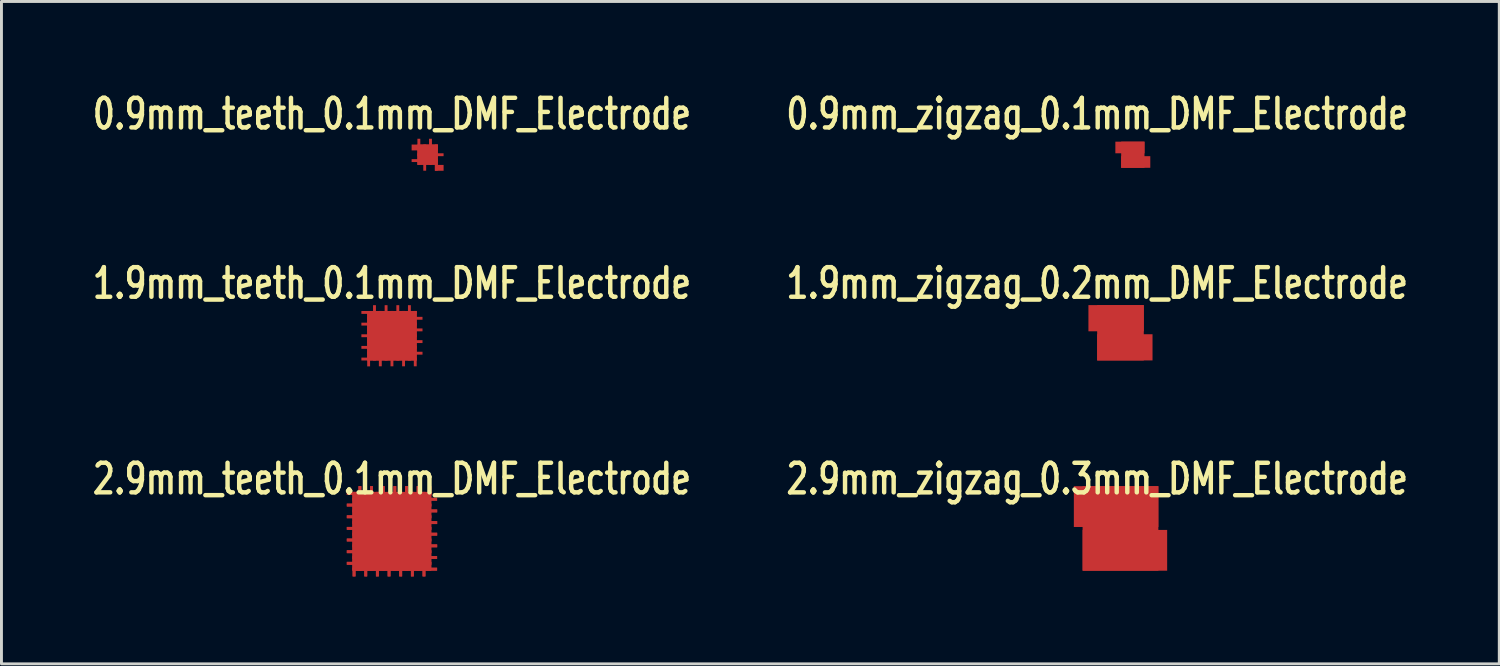
<source format=kicad_pcb>
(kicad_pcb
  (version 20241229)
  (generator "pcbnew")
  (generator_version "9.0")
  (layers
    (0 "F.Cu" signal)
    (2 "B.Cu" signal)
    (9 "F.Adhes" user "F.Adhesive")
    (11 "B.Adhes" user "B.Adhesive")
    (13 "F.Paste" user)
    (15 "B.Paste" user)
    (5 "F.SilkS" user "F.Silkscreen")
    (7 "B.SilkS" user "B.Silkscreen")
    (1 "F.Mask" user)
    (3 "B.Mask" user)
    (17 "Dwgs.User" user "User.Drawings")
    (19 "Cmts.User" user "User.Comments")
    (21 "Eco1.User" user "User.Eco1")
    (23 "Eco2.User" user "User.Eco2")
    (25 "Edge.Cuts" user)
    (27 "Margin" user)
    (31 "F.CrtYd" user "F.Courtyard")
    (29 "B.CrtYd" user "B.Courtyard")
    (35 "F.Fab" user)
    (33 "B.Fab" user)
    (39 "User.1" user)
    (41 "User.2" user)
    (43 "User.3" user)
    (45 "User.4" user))
  (footprint "1.9mm_teeth_0.1mm_DMF_Electrode"
    (layer "F.Cu")
    (at 10.403 8.474)
    (property "Reference" "1.9mm_teeth_0.1mm_DMF_Electrode" (at 0 -1.801 0) (layer "F.SilkS") (effects (font (size 1.016 0.762) (thickness 0.152))))
    (attr smd)
    (pad "" smd rect (at -0.8 0.102) (size 0.099 1.9) (layers "F.Cu" "F.Mask"))
    (pad "" smd rect (at -0.599 -0.099) (size 0.099 1.9) (layers "F.Cu" "F.Mask"))
    (pad "" smd rect (at -0.399 0.099) (size 0.099 1.9) (layers "F.Cu" "F.Mask"))
    (pad "" smd rect (at -0.201 -0.099) (size 0.099 1.9) (layers "F.Cu" "F.Mask"))
    (pad "" smd rect (at -0.099 -0.8) (size 1.9 0.099) (layers "F.Cu" "F.Mask"))
    (pad "" smd rect (at -0.099 -0.399) (size 1.9 0.099) (layers "F.Cu" "F.Mask"))
    (pad "" smd rect (at -0.099 0) (size 1.9 0.099) (layers "F.Cu" "F.Mask"))
    (pad "" smd rect (at -0.099 0.399) (size 1.9 0.099) (layers "F.Cu" "F.Mask"))
    (pad "" smd rect (at -0.099 0.8) (size 1.9 0.099) (layers "F.Cu" "F.Mask"))
    (pad "" smd rect (at 0 0.099) (size 0.099 1.9) (layers "F.Cu" "F.Mask"))
    (pad "" smd rect (at 0.099 -0.599) (size 1.9 0.099) (layers "F.Cu" "F.Mask"))
    (pad "" smd rect (at 0.099 -0.201) (size 1.9 0.099) (layers "F.Cu" "F.Mask"))
    (pad "" smd rect (at 0.099 0.201) (size 1.9 0.099) (layers "F.Cu" "F.Mask"))
    (pad "" smd rect (at 0.099 0.599) (size 1.9 0.099) (layers "F.Cu" "F.Mask"))
    (pad "" smd rect (at 0.201 -0.099) (size 0.099 1.9) (layers "F.Cu" "F.Mask"))
    (pad "" smd rect (at 0.399 0.099) (size 0.099 1.9) (layers "F.Cu" "F.Mask"))
    (pad "" smd rect (at 0.599 -0.099) (size 0.099 1.9) (layers "F.Cu" "F.Mask"))
    (pad "" smd rect (at 0.8 0.099) (size 0.099 1.9) (layers "F.Cu" "F.Mask"))
    (pad "1" smd rect (at 0 0) (size 1.699 1.699) (layers "F.Cu" "F.Mask")))
  (footprint "2.9mm_teeth_0.1mm_DMF_Electrode"
    (layer "F.Cu")
    (at 10.403 15.188)
    (property "Reference" "2.9mm_teeth_0.1mm_DMF_Electrode" (at 0 -1.801 0) (layer "F.SilkS") (effects (font (size 1.016 0.762) (thickness 0.152))))
    (attr smd)
    (pad "" smd rect (at -1.3 0.097) (size 0.099 2.901) (layers "F.Cu" "F.Mask"))
    (pad "" smd rect (at -1.3 0.097) (size 0.099 2.901) (layers "F.Cu" "F.Mask"))
    (pad "" smd rect (at -1.1 -0.102) (size 0.099 2.901) (layers "F.Cu" "F.Mask"))
    (pad "" smd rect (at -1.1 -0.102) (size 0.099 2.901) (layers "F.Cu" "F.Mask"))
    (pad "" smd rect (at -0.899 0.097) (size 0.099 2.901) (layers "F.Cu" "F.Mask"))
    (pad "" smd rect (at -0.899 0.097) (size 0.099 2.901) (layers "F.Cu" "F.Mask"))
    (pad "" smd rect (at -0.701 -0.102) (size 0.099 2.901) (layers "F.Cu" "F.Mask"))
    (pad "" smd rect (at -0.701 -0.102) (size 0.099 2.901) (layers "F.Cu" "F.Mask"))
    (pad "" smd rect (at -0.5 0.097) (size 0.099 2.901) (layers "F.Cu" "F.Mask"))
    (pad "" smd rect (at -0.5 0.097) (size 0.099 2.901) (layers "F.Cu" "F.Mask"))
    (pad "" smd rect (at -0.3 -0.102) (size 0.099 2.901) (layers "F.Cu" "F.Mask"))
    (pad "" smd rect (at -0.3 -0.102) (size 0.099 2.901) (layers "F.Cu" "F.Mask"))
    (pad "" smd rect (at -0.099 -1.3) (size 2.901 0.099) (layers "F.Cu" "F.Mask"))
    (pad "" smd rect (at -0.099 -1.3) (size 2.901 0.099) (layers "F.Cu" "F.Mask"))
    (pad "" smd rect (at -0.099 -0.902) (size 2.901 0.099) (layers "F.Cu" "F.Mask"))
    (pad "" smd rect (at -0.099 -0.902) (size 2.901 0.099) (layers "F.Cu" "F.Mask"))
    (pad "" smd rect (at -0.099 -0.5) (size 2.901 0.099) (layers "F.Cu" "F.Mask"))
    (pad "" smd rect (at -0.099 -0.5) (size 2.901 0.099) (layers "F.Cu" "F.Mask"))
    (pad "" smd rect (at -0.099 -0.102) (size 2.901 0.099) (layers "F.Cu" "F.Mask"))
    (pad "" smd rect (at -0.099 -0.102) (size 2.901 0.099) (layers "F.Cu" "F.Mask"))
    (pad "" smd rect (at -0.099 0.097) (size 0.099 2.901) (layers "F.Cu" "F.Mask"))
    (pad "" smd rect (at -0.099 0.097) (size 0.099 2.901) (layers "F.Cu" "F.Mask"))
    (pad "" smd rect (at -0.099 0.297) (size 2.901 0.099) (layers "F.Cu" "F.Mask"))
    (pad "" smd rect (at -0.099 0.297) (size 2.901 0.099) (layers "F.Cu" "F.Mask"))
    (pad "" smd rect (at -0.099 0.699) (size 2.901 0.099) (layers "F.Cu" "F.Mask"))
    (pad "" smd rect (at -0.099 0.699) (size 2.901 0.099) (layers "F.Cu" "F.Mask"))
    (pad "" smd rect (at -0.099 1.097) (size 2.901 0.099) (layers "F.Cu" "F.Mask"))
    (pad "" smd rect (at -0.099 1.097) (size 2.901 0.099) (layers "F.Cu" "F.Mask"))
    (pad "" smd rect (at 0.099 -1.102) (size 2.901 0.099) (layers "F.Cu" "F.Mask"))
    (pad "" smd rect (at 0.099 -1.102) (size 2.901 0.099) (layers "F.Cu" "F.Mask"))
    (pad "" smd rect (at 0.099 -0.102) (size 0.099 2.901) (layers "F.Cu" "F.Mask"))
    (pad "" smd rect (at 0.099 -0.102) (size 0.099 2.901) (layers "F.Cu" "F.Mask"))
    (pad "" smd rect (at 0.099 0.899) (size 2.901 0.099) (layers "F.Cu" "F.Mask"))
    (pad "" smd rect (at 0.099 0.899) (size 2.901 0.099) (layers "F.Cu" "F.Mask"))
    (pad "" smd rect (at 0.099 1.298) (size 2.901 0.099) (layers "F.Cu" "F.Mask"))
    (pad "" smd rect (at 0.099 1.298) (size 2.901 0.099) (layers "F.Cu" "F.Mask"))
    (pad "" smd rect (at 0.102 -0.701) (size 2.901 0.099) (layers "F.Cu" "F.Mask"))
    (pad "" smd rect (at 0.102 -0.701) (size 2.901 0.099) (layers "F.Cu" "F.Mask"))
    (pad "" smd rect (at 0.102 -0.3) (size 2.901 0.099) (layers "F.Cu" "F.Mask"))
    (pad "" smd rect (at 0.102 -0.3) (size 2.901 0.099) (layers "F.Cu" "F.Mask"))
    (pad "" smd rect (at 0.102 0.097) (size 2.901 0.099) (layers "F.Cu" "F.Mask"))
    (pad "" smd rect (at 0.102 0.097) (size 2.901 0.099) (layers "F.Cu" "F.Mask"))
    (pad "" smd rect (at 0.102 0.498) (size 2.901 0.099) (layers "F.Cu" "F.Mask"))
    (pad "" smd rect (at 0.102 0.498) (size 2.901 0.099) (layers "F.Cu" "F.Mask"))
    (pad "" smd rect (at 0.3 0.097) (size 0.099 2.901) (layers "F.Cu" "F.Mask"))
    (pad "" smd rect (at 0.3 0.097) (size 0.099 2.901) (layers "F.Cu" "F.Mask"))
    (pad "" smd rect (at 0.5 -0.102) (size 0.099 2.901) (layers "F.Cu" "F.Mask"))
    (pad "" smd rect (at 0.5 -0.102) (size 0.099 2.901) (layers "F.Cu" "F.Mask"))
    (pad "" smd rect (at 0.701 0.097) (size 0.099 2.901) (layers "F.Cu" "F.Mask"))
    (pad "" smd rect (at 0.701 0.097) (size 0.099 2.901) (layers "F.Cu" "F.Mask"))
    (pad "" smd rect (at 0.899 -0.102) (size 0.099 2.901) (layers "F.Cu" "F.Mask"))
    (pad "" smd rect (at 0.899 -0.102) (size 0.099 2.901) (layers "F.Cu" "F.Mask"))
    (pad "" smd rect (at 1.1 0.097) (size 0.099 2.901) (layers "F.Cu" "F.Mask"))
    (pad "" smd rect (at 1.1 0.097) (size 0.099 2.901) (layers "F.Cu" "F.Mask"))
    (pad "" smd rect (at 1.3 -1.402) (size 0.099 0.3) (layers "F.Cu" "F.Mask"))
    (pad "" smd rect (at 1.3 -1.402) (size 0.099 0.3) (layers "F.Cu" "F.Mask"))
    (pad "1" smd rect (at 0 -0.003) (size 2.7 2.7) (layers "F.Cu" "F.Mask"))
    (pad "1" smd rect (at 0 -0.003) (size 2.7 2.7) (layers "F.Cu" "F.Mask")))
  (footprint "0.9mm_teeth_0.1mm_DMF_Electrode"
    (layer "F.Cu")
    (at 11.627 2.261)
    (property "Reference" "0.9mm_teeth_0.1mm_DMF_Electrode" (at -1.224 -1.4 0) (layer "F.SilkS") (effects (font (size 1.016 0.762) (thickness 0.152))))
    (attr smd)
    (pad "" smd rect (at -0.3 -0.099) (size 0.099 0.899) (layers "F.Cu" "F.Mask"))
    (pad "" smd rect (at -0.099 -0.249) (size 0.899 0.201) (layers "F.Cu" "F.Mask"))
    (pad "" smd rect (at -0.099 0.099) (size 0.099 0.899) (layers "F.Cu" "F.Mask"))
    (pad "" smd rect (at -0.099 0.201) (size 0.899 0.099) (layers "F.Cu" "F.Mask"))
    (pad "" smd rect (at 0.099 -0.099) (size 0.099 0.899) (layers "F.Cu" "F.Mask"))
    (pad "" smd rect (at 0.099 0) (size 0.899 0.099) (layers "F.Cu" "F.Mask"))
    (pad "" smd rect (at 0.3 0.099) (size 0.099 0.899) (layers "F.Cu" "F.Mask"))
    (pad "" smd rect (at 0.399 0.45) (size 0.3 0.201) (layers "F.Cu" "F.Mask"))
    (pad "1" smd rect (at 0 0) (size 0.701 0.701) (layers "F.Cu" "F.Mask")))
  (footprint "2.9mm_zigzag_0.3mm_DMF_Electrode"
    (layer "F.Cu")
    (at 35.409 15.087)
    (property "Reference" "2.9mm_zigzag_0.3mm_DMF_Electrode" (at -0.8 -1.699 0) (layer "F.SilkS") (effects (font (size 1.016 0.762) (thickness 0.152))))
    (attr smd)
    (pad "" smd rect (at -0.15 -0.749) (size 2.901 1.4) (layers "F.Cu" "F.Mask"))
    (pad "" smd rect (at 0.152 0.752) (size 2.901 1.4) (layers "F.Cu" "F.Mask"))
    (pad "1" smd rect (at 0 0) (size 2.601 2.901) (layers "F.Cu" "F.Mask")))
  (footprint "1.9mm_zigzag_0.2mm_DMF_Electrode"
    (layer "F.Cu")
    (at 35.409 8.372)
    (property "Reference" "1.9mm_zigzag_0.2mm_DMF_Electrode" (at -0.8 -1.699 0) (layer "F.SilkS") (effects (font (size 1.016 0.762) (thickness 0.152))))
    (attr smd)
    (pad "" smd rect (at -0.15 -0.5) (size 1.9 0.899) (layers "F.Cu" "F.Mask"))
    (pad "" smd rect (at 0.15 0.5) (size 1.9 0.899) (layers "F.Cu" "F.Mask"))
    (pad "1" smd rect (at 0 0) (size 1.6 1.9) (layers "F.Cu" "F.Mask")))
  (footprint "0.9mm_zigzag_0.1mm_DMF_Electrode"
    (layer "F.Cu")
    (at 35.833 2.261)
    (property "Reference" "0.9mm_zigzag_0.1mm_DMF_Electrode" (at -1.224 -1.4 0) (layer "F.SilkS") (effects (font (size 1.016 0.762) (thickness 0.152))))
    (attr smd)
    (pad "" smd rect (at -0.099 -0.249) (size 1.001 0.399) (layers "F.Cu" "F.Mask"))
    (pad "" smd rect (at 0.099 0.249) (size 1.001 0.399) (layers "F.Cu" "F.Mask"))
    (pad "1" smd rect (at 0 0) (size 0.8 0.899) (layers "F.Cu" "F.Mask")))
  (gr_rect
    (start -3 -3)
    (end 48.411 19.735)
    (stroke (width 0.1) (type default))
    (fill no)
    (layer "Edge.Cuts")))
</source>
